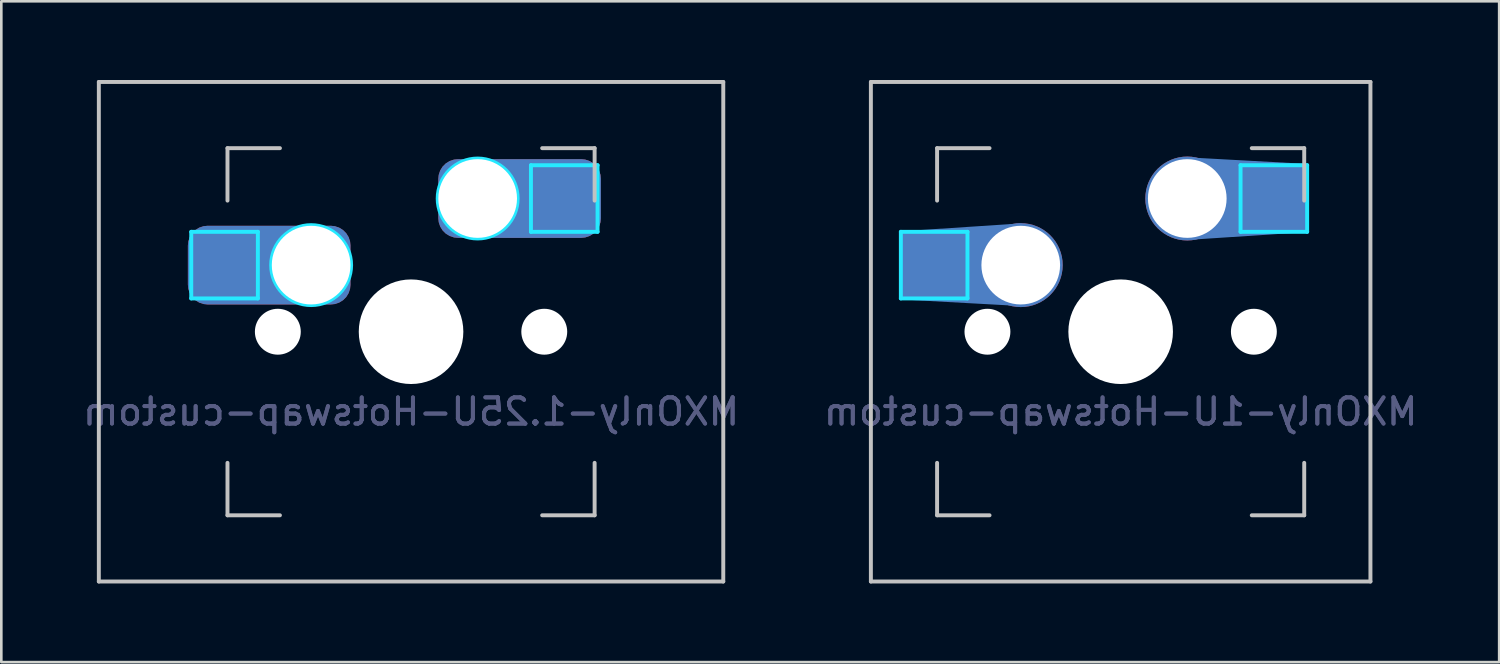
<source format=kicad_pcb>
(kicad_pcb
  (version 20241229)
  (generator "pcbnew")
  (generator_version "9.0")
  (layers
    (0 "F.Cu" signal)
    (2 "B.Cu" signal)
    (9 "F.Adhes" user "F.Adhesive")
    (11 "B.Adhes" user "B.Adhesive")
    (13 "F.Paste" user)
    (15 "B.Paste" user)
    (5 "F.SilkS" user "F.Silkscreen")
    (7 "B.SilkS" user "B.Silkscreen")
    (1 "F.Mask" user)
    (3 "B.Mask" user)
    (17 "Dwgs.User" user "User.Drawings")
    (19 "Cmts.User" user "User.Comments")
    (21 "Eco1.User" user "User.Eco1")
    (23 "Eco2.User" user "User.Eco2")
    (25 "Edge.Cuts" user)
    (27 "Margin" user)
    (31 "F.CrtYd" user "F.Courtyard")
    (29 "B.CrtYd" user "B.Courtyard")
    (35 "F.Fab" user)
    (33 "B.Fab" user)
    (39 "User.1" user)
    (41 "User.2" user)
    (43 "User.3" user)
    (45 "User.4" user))
  (footprint "MXOnly-1.25U-Hotswap-custom"
    (layer "F.Cu")
    (at 12.625 9.6)
    (property "Reference" "MXOnly-1.25U-Hotswap-custom" (at 0 3.048 0) (layer "B.Fab") (effects (font (size 1 1) (thickness 0.15)) (justify mirror)))
    (attr smd)
    (fp_line (start -11.906 -9.525) (end 11.906 -9.525) (stroke (width 0.15) (type solid)) (layer "Dwgs.User"))
    (fp_line (start -11.906 9.525) (end -11.906 -9.525) (stroke (width 0.15) (type solid)) (layer "Dwgs.User"))
    (fp_line (start -7 -7) (end -7 -5) (stroke (width 0.15) (type solid)) (layer "Dwgs.User"))
    (fp_line (start -7 5) (end -7 7) (stroke (width 0.15) (type solid)) (layer "Dwgs.User"))
    (fp_line (start -7 7) (end -5 7) (stroke (width 0.15) (type solid)) (layer "Dwgs.User"))
    (fp_line (start -5 -7) (end -7 -7) (stroke (width 0.15) (type solid)) (layer "Dwgs.User"))
    (fp_line (start 5 -7) (end 7 -7) (stroke (width 0.15) (type solid)) (layer "Dwgs.User"))
    (fp_line (start 5 7) (end 7 7) (stroke (width 0.15) (type solid)) (layer "Dwgs.User"))
    (fp_line (start 7 -7) (end 7 -5) (stroke (width 0.15) (type solid)) (layer "Dwgs.User"))
    (fp_line (start 7 7) (end 7 5) (stroke (width 0.15) (type solid)) (layer "Dwgs.User"))
    (fp_line (start 11.906 -9.525) (end 11.906 9.525) (stroke (width 0.15) (type solid)) (layer "Dwgs.User"))
    (fp_line (start 11.906 9.525) (end -11.906 9.525) (stroke (width 0.15) (type solid)) (layer "Dwgs.User"))
    (fp_line (start -8.382 -3.81) (end -5.842 -3.81) (stroke (width 0.15) (type solid)) (layer "B.CrtYd"))
    (fp_line (start -8.382 -1.27) (end -8.382 -3.81) (stroke (width 0.15) (type solid)) (layer "B.CrtYd"))
    (fp_line (start -5.842 -3.81) (end -5.842 -1.27) (stroke (width 0.15) (type solid)) (layer "B.CrtYd"))
    (fp_line (start -5.842 -1.27) (end -8.382 -1.27) (stroke (width 0.15) (type solid)) (layer "B.CrtYd"))
    (fp_line (start 4.572 -6.35) (end 7.112 -6.35) (stroke (width 0.15) (type solid)) (layer "B.CrtYd"))
    (fp_line (start 4.572 -3.81) (end 4.572 -6.35) (stroke (width 0.15) (type solid)) (layer "B.CrtYd"))
    (fp_line (start 7.112 -6.35) (end 7.112 -3.81) (stroke (width 0.15) (type solid)) (layer "B.CrtYd"))
    (fp_line (start 7.112 -3.81) (end 4.572 -3.81) (stroke (width 0.15) (type solid)) (layer "B.CrtYd"))
    (fp_circle (center -3.81 -2.54) (end -3.81 -4.064) (stroke (width 0.15) (type solid)) (fill no) (layer "B.CrtYd"))
    (fp_circle (center 2.54 -5.08) (end 2.54 -6.604) (stroke (width 0.15) (type solid)) (fill no) (layer "B.CrtYd"))
    (fp_text user "${REFERENCE}" (at 0 3.048 0) (layer "B.Fab") (effects (font (size 1 1) (thickness 0.15)) (justify mirror)))
    (pad "" np_thru_hole circle (at -5.08 0 48.1) (size 1.75 1.75) (drill 1.75) (layers "*.Cu" "*.Mask"))
    (pad "" np_thru_hole circle (at 0 0) (size 3.988 3.988) (drill 3.988) (layers "*.Cu" "*.Mask"))
    (pad "" np_thru_hole circle (at 5.08 0 48.1) (size 1.75 1.75) (drill 1.75) (layers "*.Cu" "*.Mask"))
    (pad "1" thru_hole roundrect (at -3.81 -2.54 180) (size 6.2 3) (drill 3 (offset 1.6 0)) (layers "*.Cu" "B.Mask" "B.Paste") (roundrect_rratio 0.25))
    (pad "2" thru_hole roundrect (at 2.54 -5.08) (size 6.2 3) (drill 3 (offset 1.6 0)) (layers "*.Cu" "B.Mask" "B.Paste") (roundrect_rratio 0.25)))
  (footprint "MXOnly-1U-Hotswap-custom"
    (layer "F.Cu")
    (at 39.685 9.6)
    (property "Reference" "MXOnly-1U-Hotswap-custom" (at 0 3.048 0) (layer "B.Fab") (effects (font (size 1 1) (thickness 0.15)) (justify mirror)))
    (attr smd)
    (fp_poly (pts (xy -8.37 -1.28) (xy -8.37 -3.78) (xy -3.81 -4.08) (xy -3.81 -1.03)) (stroke (width 0.1) (type solid)) (fill yes) (layer "B.Cu"))
    (fp_poly (pts (xy 7.1 -6.35) (xy 7.1 -3.85) (xy 2.54 -3.55) (xy 2.54 -6.6)) (stroke (width 0.1) (type solid)) (fill yes) (layer "B.Cu"))
    (fp_line (start -9.525 -9.525) (end 9.525 -9.525) (stroke (width 0.15) (type solid)) (layer "Dwgs.User"))
    (fp_line (start -9.525 9.525) (end -9.525 -9.525) (stroke (width 0.15) (type solid)) (layer "Dwgs.User"))
    (fp_line (start -7 -7) (end -7 -5) (stroke (width 0.15) (type solid)) (layer "Dwgs.User"))
    (fp_line (start -7 5) (end -7 7) (stroke (width 0.15) (type solid)) (layer "Dwgs.User"))
    (fp_line (start -7 7) (end -5 7) (stroke (width 0.15) (type solid)) (layer "Dwgs.User"))
    (fp_line (start -5 -7) (end -7 -7) (stroke (width 0.15) (type solid)) (layer "Dwgs.User"))
    (fp_line (start 5 -7) (end 7 -7) (stroke (width 0.15) (type solid)) (layer "Dwgs.User"))
    (fp_line (start 5 7) (end 7 7) (stroke (width 0.15) (type solid)) (layer "Dwgs.User"))
    (fp_line (start 7 -7) (end 7 -5) (stroke (width 0.15) (type solid)) (layer "Dwgs.User"))
    (fp_line (start 7 7) (end 7 5) (stroke (width 0.15) (type solid)) (layer "Dwgs.User"))
    (fp_line (start 9.525 -9.525) (end 9.525 9.525) (stroke (width 0.15) (type solid)) (layer "Dwgs.User"))
    (fp_line (start 9.525 9.525) (end -9.525 9.525) (stroke (width 0.15) (type solid)) (layer "Dwgs.User"))
    (fp_line (start -8.382 -3.81) (end -8.382 -1.27) (stroke (width 0.15) (type solid)) (layer "B.CrtYd"))
    (fp_line (start -8.382 -1.27) (end -5.842 -1.27) (stroke (width 0.15) (type solid)) (layer "B.CrtYd"))
    (fp_line (start -5.842 -3.81) (end -8.382 -3.81) (stroke (width 0.15) (type solid)) (layer "B.CrtYd"))
    (fp_line (start -5.842 -1.27) (end -5.842 -3.81) (stroke (width 0.15) (type solid)) (layer "B.CrtYd"))
    (fp_line (start 4.572 -6.35) (end 7.112 -6.35) (stroke (width 0.15) (type solid)) (layer "B.CrtYd"))
    (fp_line (start 4.572 -3.81) (end 4.572 -6.35) (stroke (width 0.15) (type solid)) (layer "B.CrtYd"))
    (fp_line (start 7.112 -6.35) (end 7.112 -3.81) (stroke (width 0.15) (type solid)) (layer "B.CrtYd"))
    (fp_line (start 7.112 -3.81) (end 4.572 -3.81) (stroke (width 0.15) (type solid)) (layer "B.CrtYd"))
    (fp_text user "${REFERENCE}" (at 0 3.048 0) (layer "B.Fab") (effects (font (size 1 1) (thickness 0.15)) (justify mirror)))
    (pad "" np_thru_hole circle (at -5.08 0 48.1) (size 1.75 1.75) (drill 1.75) (layers "*.Cu" "*.Mask"))
    (pad "" np_thru_hole circle (at 0 0) (size 3.988 3.988) (drill 3.988) (layers "*.Cu" "*.Mask"))
    (pad "" np_thru_hole circle (at 5.08 0 48.1) (size 1.75 1.75) (drill 1.75) (layers "*.Cu" "*.Mask"))
    (pad "1" thru_hole circle (at -3.81 -2.54) (size 3.2 3.2) (drill 3) (layers "*.Cu" "B.Mask" "B.Paste"))
    (pad "2" thru_hole circle (at 2.54 -5.08) (size 3.2 3.2) (drill 3) (layers "*.Cu" "B.Mask" "B.Paste")))
  (gr_rect
    (start -3 -3)
    (end 54.119 22.2)
    (stroke (width 0.1) (type default))
    (fill no)
    (layer "Edge.Cuts")))
</source>
